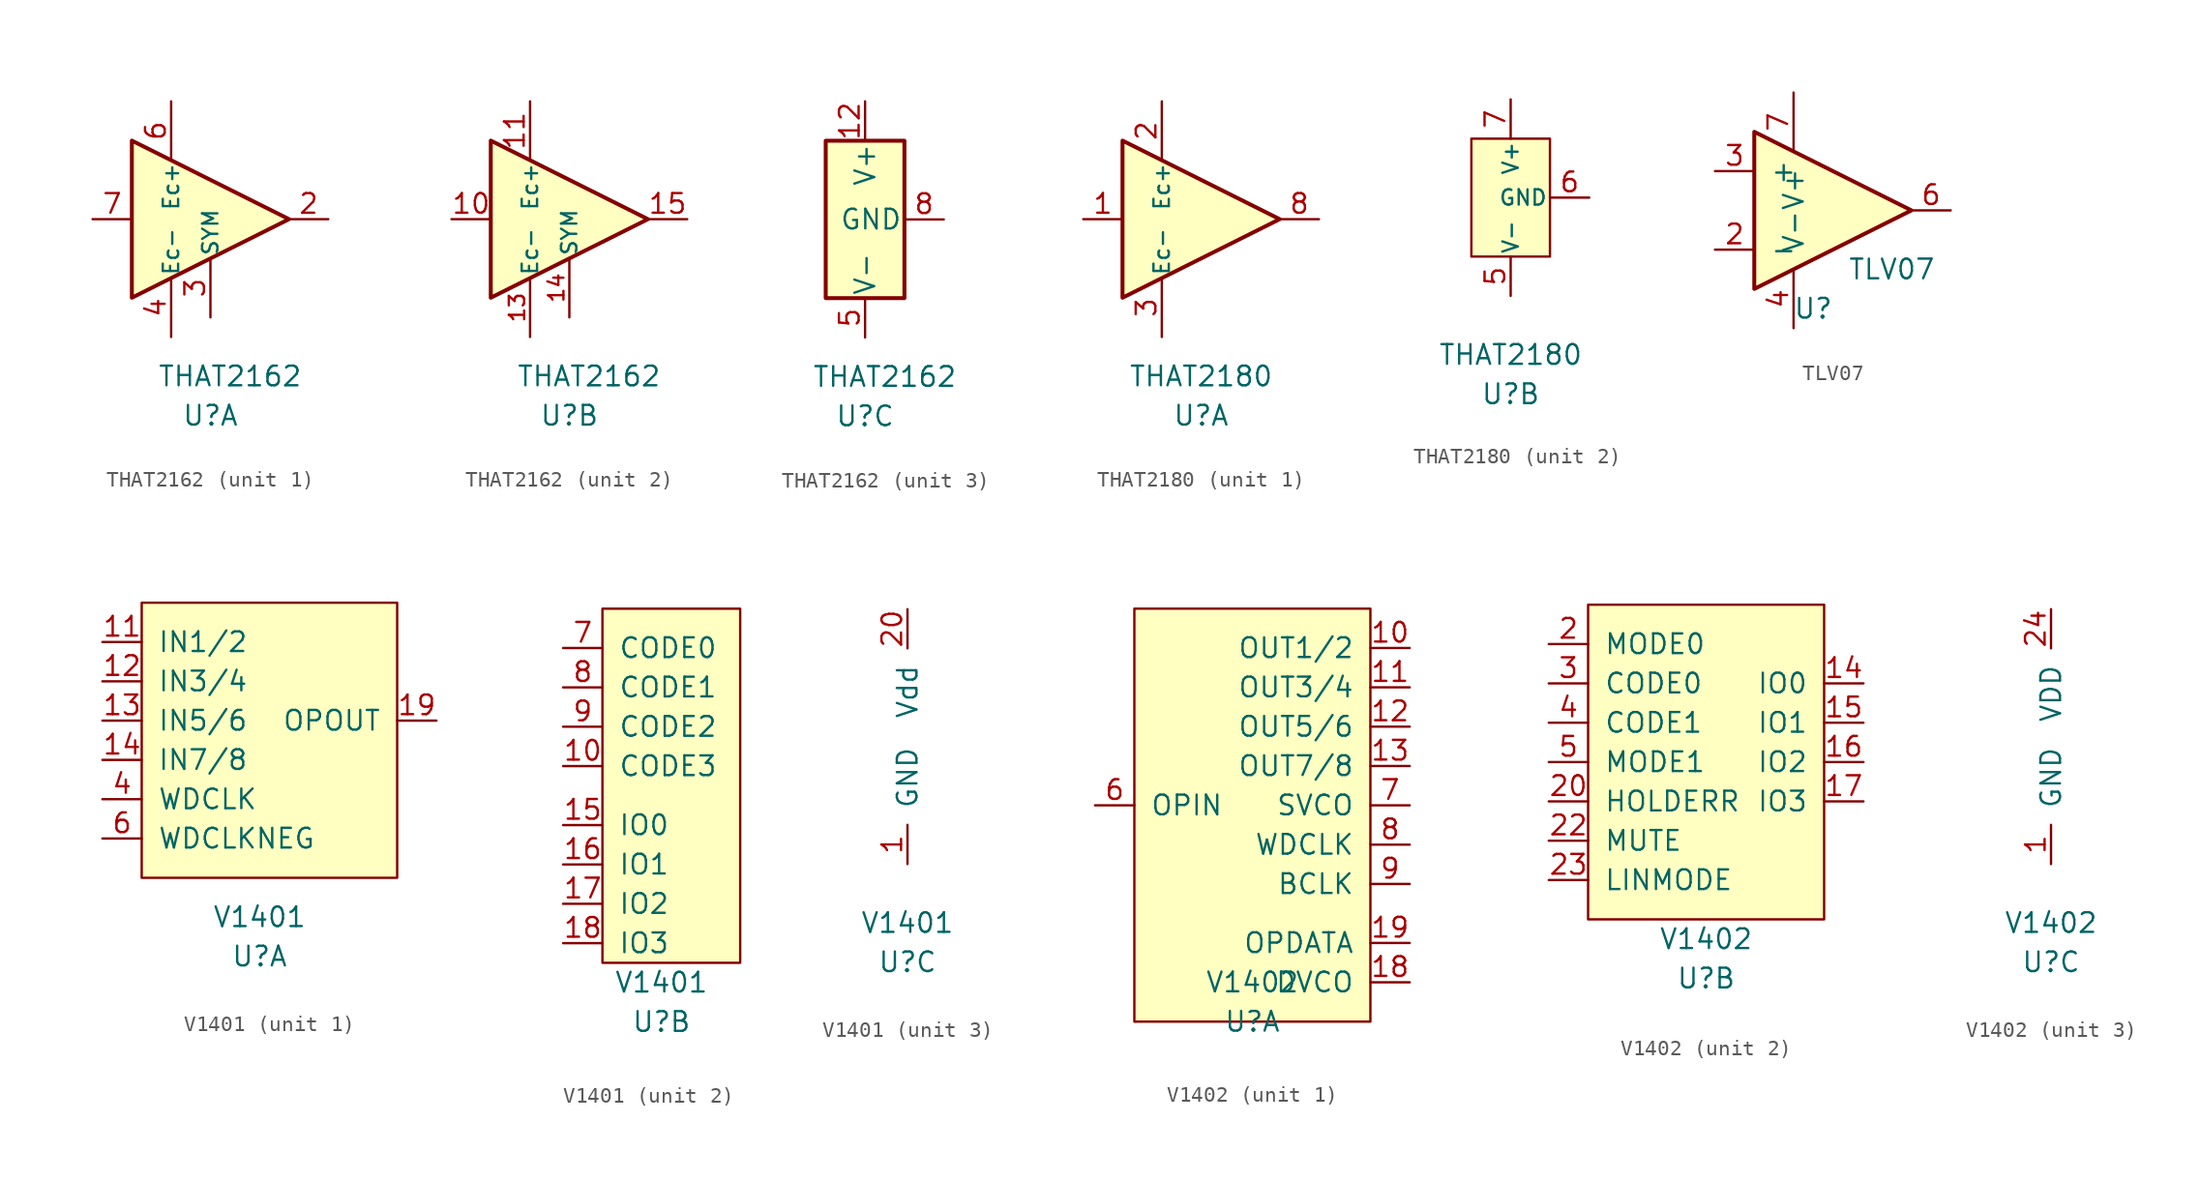
<source format=kicad_sym>
(kicad_symbol_lib
  (version 20231120)
  (generator "kicad_symbol_editor")
  (generator_version "8.0")
  (symbol "THAT2162"
    (pin_names
      (offset 0.127))
    (property "Reference" "U"
      (at 0 -12.7 0)
      (effects (font (size 1.27 1.27))))
    (property "Value" "THAT2162"
      (at 1.27 -10.16 0)
      (effects (font (size 1.27 1.27))))
    (property "ki_locked" ""
      (at 0 0 0)
      (effects (font (size 1.27 1.27))))
    (symbol "THAT2162_1_1"
      (polyline (pts (xy -5.08 5.08) (xy 5.08 0) (xy -5.08 -5.08) (xy -5.08 5.08)) (stroke (width 0.254) (type default)) (fill (type background)))
      (pin output line (at 7.62 0 180) (length 2.54) (name "~" (effects (font (size 0.991 0.991)))) (number "2" (effects (font (size 1.27 1.27)))))
      (pin input line (at 0 -6.35 90) (length 3.81) (name "SYM" (effects (font (size 0.991 0.991)))) (number "3" (effects (font (size 1.27 1.27)))))
      (pin input line (at -2.54 -7.62 90) (length 3.81) (name "Ec-" (effects (font (size 0.991 0.991)))) (number "4" (effects (font (size 1.27 1.27)))))
      (pin input line (at -2.54 7.62 270) (length 3.81) (name "Ec+" (effects (font (size 0.991 0.991)))) (number "6" (effects (font (size 1.27 1.27)))))
      (pin input line (at -7.62 0 0) (length 2.54) (name "~" (effects (font (size 0.991 0.991)))) (number "7" (effects (font (size 1.27 1.27))))))
    (symbol "THAT2162_2_1"
      (polyline (pts (xy -5.08 5.08) (xy 5.08 0) (xy -5.08 -5.08) (xy -5.08 5.08)) (stroke (width 0.254) (type default)) (fill (type background)))
      (pin input line (at -7.62 0 0) (length 2.54) (name "~" (effects (font (size 0.991 0.991)))) (number "10" (effects (font (size 1.27 1.27)))))
      (pin input line (at -2.54 7.62 270) (length 3.81) (name "Ec+" (effects (font (size 0.991 0.991)))) (number "11" (effects (font (size 1.27 1.27)))))
      (pin input line (at -2.54 -7.62 90) (length 3.81) (name "Ec-" (effects (font (size 0.991 0.991)))) (number "13" (effects (font (size 0.991 0.991)))))
      (pin input line (at 0 -6.35 90) (length 3.81) (name "SYM" (effects (font (size 0.991 0.991)))) (number "14" (effects (font (size 0.991 0.991)))))
      (pin output line (at 7.62 0 180) (length 2.54) (name "~" (effects (font (size 0.991 0.991)))) (number "15" (effects (font (size 1.27 1.27))))))
    (symbol "THAT2162_3_1"
      (rectangle (start -2.54 5.08) (end 2.54 -5.08) (stroke (width 0.254) (type default)) (fill (type background)))
      (pin no_connect line (at 5.08 -1.27 180) (length 2.54) hide (name "NC" (effects (font (size 1.27 1.27)))) (number "1" (effects (font (size 1.27 1.27)))))
      (pin power_in line (at 0 7.62 270) (length 2.54) (name "V+" (effects (font (size 1.27 1.27)))) (number "12" (effects (font (size 1.27 1.27)))))
      (pin no_connect line (at 5.08 -3.81 180) (length 2.54) hide (name "NC" (effects (font (size 1.27 1.27)))) (number "16" (effects (font (size 1.27 1.27)))))
      (pin power_in line (at 0 -7.62 90) (length 2.54) (name "V-" (effects (font (size 1.27 1.27)))) (number "5" (effects (font (size 1.27 1.27)))))
      (pin power_in line (at 5.08 0 180) (length 2.54) (name "GND" (effects (font (size 1.27 1.27)))) (number "8" (effects (font (size 1.27 1.27)))))
      (pin no_connect line (at 5.08 -2.54 180) (length 2.54) hide (name "NC" (effects (font (size 1.27 1.27)))) (number "9" (effects (font (size 1.27 1.27)))))))
  (symbol "THAT2180"
    (pin_names
      (offset 0.127))
    (property "Reference" "U"
      (at 0 -12.7 0)
      (effects (font (size 1.27 1.27))))
    (property "Value" "THAT2180"
      (at 0 -10.16 0)
      (effects (font (size 1.27 1.27))))
    (property "ki_locked" ""
      (at 0 0 0)
      (effects (font (size 1.27 1.27))))
    (symbol "THAT2180_1_1"
      (polyline (pts (xy -5.08 5.08) (xy 5.08 0) (xy -5.08 -5.08) (xy -5.08 5.08)) (stroke (width 0.254) (type default)) (fill (type background)))
      (pin input line (at -7.62 0 0) (length 2.54) (name "~" (effects (font (size 0.991 0.991)))) (number "1" (effects (font (size 1.27 1.27)))))
      (pin input line (at -2.54 7.62 270) (length 3.81) (name "Ec+" (effects (font (size 0.991 0.991)))) (number "2" (effects (font (size 1.27 1.27)))))
      (pin input line (at -2.54 -7.62 90) (length 3.81) (name "Ec-" (effects (font (size 0.991 0.991)))) (number "3" (effects (font (size 1.27 1.27)))))
      (pin no_connect line (at 0 -6.35 90) (length 3.81) hide (name "SYM" (effects (font (size 0.991 0.991)))) (number "4" (effects (font (size 1.27 1.27)))))
      (pin output line (at 7.62 0 180) (length 2.54) (name "~" (effects (font (size 0.991 0.991)))) (number "8" (effects (font (size 1.27 1.27))))))
    (symbol "THAT2180_2_1"
      (rectangle (start -2.54 3.81) (end 2.54 -3.81) (stroke (width 0) (type default)) (fill (type background)))
      (pin input line (at 0 -6.35 90) (length 2.54) (name "V-" (effects (font (size 0.991 0.991)))) (number "5" (effects (font (size 1.27 1.27)))))
      (pin power_in line (at 5.08 0 180) (length 2.54) (name "GND" (effects (font (size 0.991 0.991)))) (number "6" (effects (font (size 1.27 1.27)))))
      (pin power_in line (at 0 6.35 270) (length 2.54) (name "V+" (effects (font (size 0.991 0.991)))) (number "7" (effects (font (size 1.27 1.27)))))))
  (symbol "TLV07"
    (pin_names
      (offset 1.016))
    (property "Reference" "U"
      (at 0 -6.35 0)
      (effects (font (size 1.27 1.27))))
    (property "Value" "TLV07"
      (at 5.08 -3.81 0)
      (effects (font (size 1.27 1.27))))
    (symbol "TLV07_1_1"
      (polyline (pts (xy -3.81 5.08) (xy 6.35 0) (xy -3.81 -5.08) (xy -3.81 5.08)) (stroke (width 0.254) (type default)) (fill (type background)))
      (pin no_connect line (at -1.27 2.54 270) (length 2.54) hide (name "NC" (effects (font (size 1.27 1.27)))) (number "1" (effects (font (size 1.27 1.27)))))
      (pin input line (at -6.35 -2.54 0) (length 2.54) (name "-" (effects (font (size 1.27 1.27)))) (number "2" (effects (font (size 1.27 1.27)))))
      (pin input line (at -6.35 2.54 0) (length 2.54) (name "+" (effects (font (size 1.27 1.27)))) (number "3" (effects (font (size 1.27 1.27)))))
      (pin power_in line (at -1.27 -7.62 90) (length 3.81) (name "V-" (effects (font (size 1.27 1.27)))) (number "4" (effects (font (size 1.27 1.27)))))
      (pin no_connect line (at 1.27 2.54 270) (length 2.54) hide (name "NC" (effects (font (size 1.27 1.27)))) (number "5" (effects (font (size 1.27 1.27)))))
      (pin output line (at 8.89 0 180) (length 2.54) (name "~" (effects (font (size 1.27 1.27)))) (number "6" (effects (font (size 1.27 1.27)))))
      (pin power_in line (at -1.27 7.62 270) (length 3.81) (name "V+" (effects (font (size 1.27 1.27)))) (number "7" (effects (font (size 1.27 1.27)))))
      (pin no_connect line (at 1.27 -2.54 90) (length 2.54) hide (name "NC" (effects (font (size 1.27 1.27)))) (number "8" (effects (font (size 1.27 1.27)))))))
  (symbol "V1401"
    (pin_names
      (offset 1.016))
    (property "Reference" "U"
      (at 0 -15.24 0)
      (effects (font (size 1.27 1.27))))
    (property "Value" "V1401"
      (at 0 -12.7 0)
      (effects (font (size 1.27 1.27))))
    (property "ki_locked" ""
      (at 0 0 0)
      (effects (font (size 1.27 1.27))))
    (symbol "V1401_1_1"
      (rectangle (start -7.62 7.62) (end 8.89 -10.16) (stroke (width 0) (type default)) (fill (type background)))
      (pin input line (at -10.16 5.08 0) (length 2.54) (name "IN1/2" (effects (font (size 1.27 1.27)))) (number "11" (effects (font (size 1.27 1.27)))))
      (pin input line (at -10.16 2.54 0) (length 2.54) (name "IN3/4" (effects (font (size 1.27 1.27)))) (number "12" (effects (font (size 1.27 1.27)))))
      (pin input line (at -10.16 0 0) (length 2.54) (name "IN5/6" (effects (font (size 1.27 1.27)))) (number "13" (effects (font (size 1.27 1.27)))))
      (pin input line (at -10.16 -2.54 0) (length 2.54) (name "IN7/8" (effects (font (size 1.27 1.27)))) (number "14" (effects (font (size 1.27 1.27)))))
      (pin output line (at 11.43 0 180) (length 2.54) (name "OPOUT" (effects (font (size 1.27 1.27)))) (number "19" (effects (font (size 1.27 1.27)))))
      (pin input line (at -10.16 -5.08 0) (length 2.54) (name "WDCLK" (effects (font (size 1.27 1.27)))) (number "4" (effects (font (size 1.27 1.27)))))
      (pin input line (at -10.16 -7.62 0) (length 2.54) (name "WDCLKNEG" (effects (font (size 1.27 1.27)))) (number "6" (effects (font (size 1.27 1.27))))))
    (symbol "V1401_2_1"
      (rectangle (start -3.81 11.43) (end 5.08 -11.43) (stroke (width 0) (type default)) (fill (type background)))
      (pin input line (at -6.35 1.27 0) (length 2.54) (name "CODE3" (effects (font (size 1.27 1.27)))) (number "10" (effects (font (size 1.27 1.27)))))
      (pin input line (at -6.35 -2.54 0) (length 2.54) (name "IO0" (effects (font (size 1.27 1.27)))) (number "15" (effects (font (size 1.27 1.27)))))
      (pin input line (at -6.35 -5.08 0) (length 2.54) (name "IO1" (effects (font (size 1.27 1.27)))) (number "16" (effects (font (size 1.27 1.27)))))
      (pin input line (at -6.35 -7.62 0) (length 2.54) (name "IO2" (effects (font (size 1.27 1.27)))) (number "17" (effects (font (size 1.27 1.27)))))
      (pin input line (at -6.35 -10.16 0) (length 2.54) (name "IO3" (effects (font (size 1.27 1.27)))) (number "18" (effects (font (size 1.27 1.27)))))
      (pin input line (at -6.35 8.89 0) (length 2.54) (name "CODE0" (effects (font (size 1.27 1.27)))) (number "7" (effects (font (size 1.27 1.27)))))
      (pin input line (at -6.35 6.35 0) (length 2.54) (name "CODE1" (effects (font (size 1.27 1.27)))) (number "8" (effects (font (size 1.27 1.27)))))
      (pin input line (at -6.35 3.81 0) (length 2.54) (name "CODE2" (effects (font (size 1.27 1.27)))) (number "9" (effects (font (size 1.27 1.27))))))
    (symbol "V1401_3_1"
      (pin power_in line (at 0 -8.89 90) (length 2.54) (name "GND" (effects (font (size 1.27 1.27)))) (number "1" (effects (font (size 1.27 1.27)))))
      (pin no_connect line (at 1.27 -8.89 90) (length 2.54) hide (name "NC" (effects (font (size 1.27 1.27)))) (number "2" (effects (font (size 1.27 1.27)))))
      (pin power_in line (at 0 7.62 270) (length 2.54) (name "Vdd" (effects (font (size 1.27 1.27)))) (number "20" (effects (font (size 1.27 1.27)))))
      (pin no_connect line (at 1.27 7.62 270) (length 2.54) hide (name "NC" (effects (font (size 1.27 1.27)))) (number "3" (effects (font (size 1.27 1.27)))))))
  (symbol "V1402"
    (pin_names
      (offset 1.016))
    (property "Reference" "U"
      (at 0 -13.97 0)
      (effects (font (size 1.27 1.27))))
    (property "Value" "V1402"
      (at 0 -11.43 0)
      (effects (font (size 1.27 1.27))))
    (property "ki_locked" ""
      (at 0 0 0)
      (effects (font (size 1.27 1.27))))
    (symbol "V1402_1_1"
      (rectangle (start 7.62 12.7) (end -7.62 -13.97) (stroke (width 0) (type default)) (fill (type background)))
      (pin output line (at 10.16 10.16 180) (length 2.54) (name "OUT1/2" (effects (font (size 1.27 1.27)))) (number "10" (effects (font (size 1.27 1.27)))))
      (pin output line (at 10.16 7.62 180) (length 2.54) (name "OUT3/4" (effects (font (size 1.27 1.27)))) (number "11" (effects (font (size 1.27 1.27)))))
      (pin output line (at 10.16 5.08 180) (length 2.54) (name "OUT5/6" (effects (font (size 1.27 1.27)))) (number "12" (effects (font (size 1.27 1.27)))))
      (pin output line (at 10.16 2.54 180) (length 2.54) (name "OUT7/8" (effects (font (size 1.27 1.27)))) (number "13" (effects (font (size 1.27 1.27)))))
      (pin output line (at 10.16 -11.43 180) (length 2.54) (name "DVCO" (effects (font (size 1.27 1.27)))) (number "18" (effects (font (size 1.27 1.27)))))
      (pin output line (at 10.16 -8.89 180) (length 2.54) (name "OPDATA" (effects (font (size 1.27 1.27)))) (number "19" (effects (font (size 1.27 1.27)))))
      (pin input line (at -10.16 0 0) (length 2.54) (name "OPIN" (effects (font (size 1.27 1.27)))) (number "6" (effects (font (size 1.27 1.27)))))
      (pin output line (at 10.16 0 180) (length 2.54) (name "SVCO" (effects (font (size 1.27 1.27)))) (number "7" (effects (font (size 1.27 1.27)))))
      (pin bidirectional line (at 10.16 -2.54 180) (length 2.54) (name "WDCLK" (effects (font (size 1.27 1.27)))) (number "8" (effects (font (size 1.27 1.27)))))
      (pin output line (at 10.16 -5.08 180) (length 2.54) (name "BCLK" (effects (font (size 1.27 1.27)))) (number "9" (effects (font (size 1.27 1.27))))))
    (symbol "V1402_2_1"
      (rectangle (start -7.62 10.16) (end 7.62 -10.16) (stroke (width 0) (type default)) (fill (type background)))
      (pin output line (at 10.16 5.08 180) (length 2.54) (name "IO0" (effects (font (size 1.27 1.27)))) (number "14" (effects (font (size 1.27 1.27)))))
      (pin output line (at 10.16 2.54 180) (length 2.54) (name "IO1" (effects (font (size 1.27 1.27)))) (number "15" (effects (font (size 1.27 1.27)))))
      (pin output line (at 10.16 0 180) (length 2.54) (name "IO2" (effects (font (size 1.27 1.27)))) (number "16" (effects (font (size 1.27 1.27)))))
      (pin output line (at 10.16 -2.54 180) (length 2.54) (name "IO3" (effects (font (size 1.27 1.27)))) (number "17" (effects (font (size 1.27 1.27)))))
      (pin input line (at -10.16 7.62 0) (length 2.54) (name "MODE0" (effects (font (size 1.27 1.27)))) (number "2" (effects (font (size 1.27 1.27)))))
      (pin input line (at -10.16 -2.54 0) (length 2.54) (name "HOLDERR" (effects (font (size 1.27 1.27)))) (number "20" (effects (font (size 1.27 1.27)))))
      (pin input line (at -10.16 -5.08 0) (length 2.54) (name "MUTE" (effects (font (size 1.27 1.27)))) (number "22" (effects (font (size 1.27 1.27)))))
      (pin input line (at -10.16 -7.62 0) (length 2.54) (name "LINMODE" (effects (font (size 1.27 1.27)))) (number "23" (effects (font (size 1.27 1.27)))))
      (pin input line (at -10.16 5.08 0) (length 2.54) (name "CODE0" (effects (font (size 1.27 1.27)))) (number "3" (effects (font (size 1.27 1.27)))))
      (pin input line (at -10.16 2.54 0) (length 2.54) (name "CODE1" (effects (font (size 1.27 1.27)))) (number "4" (effects (font (size 1.27 1.27)))))
      (pin input line (at -10.16 0 0) (length 2.54) (name "MODE1" (effects (font (size 1.27 1.27)))) (number "5" (effects (font (size 1.27 1.27))))))
    (symbol "V1402_3_1"
      (pin power_in line (at 0 -7.62 90) (length 2.54) (name "GND" (effects (font (size 1.27 1.27)))) (number "1" (effects (font (size 1.27 1.27)))))
      (pin power_in line (at 0 8.89 270) (length 2.54) (name "VDD" (effects (font (size 1.27 1.27)))) (number "24" (effects (font (size 1.27 1.27))))))))
</source>
